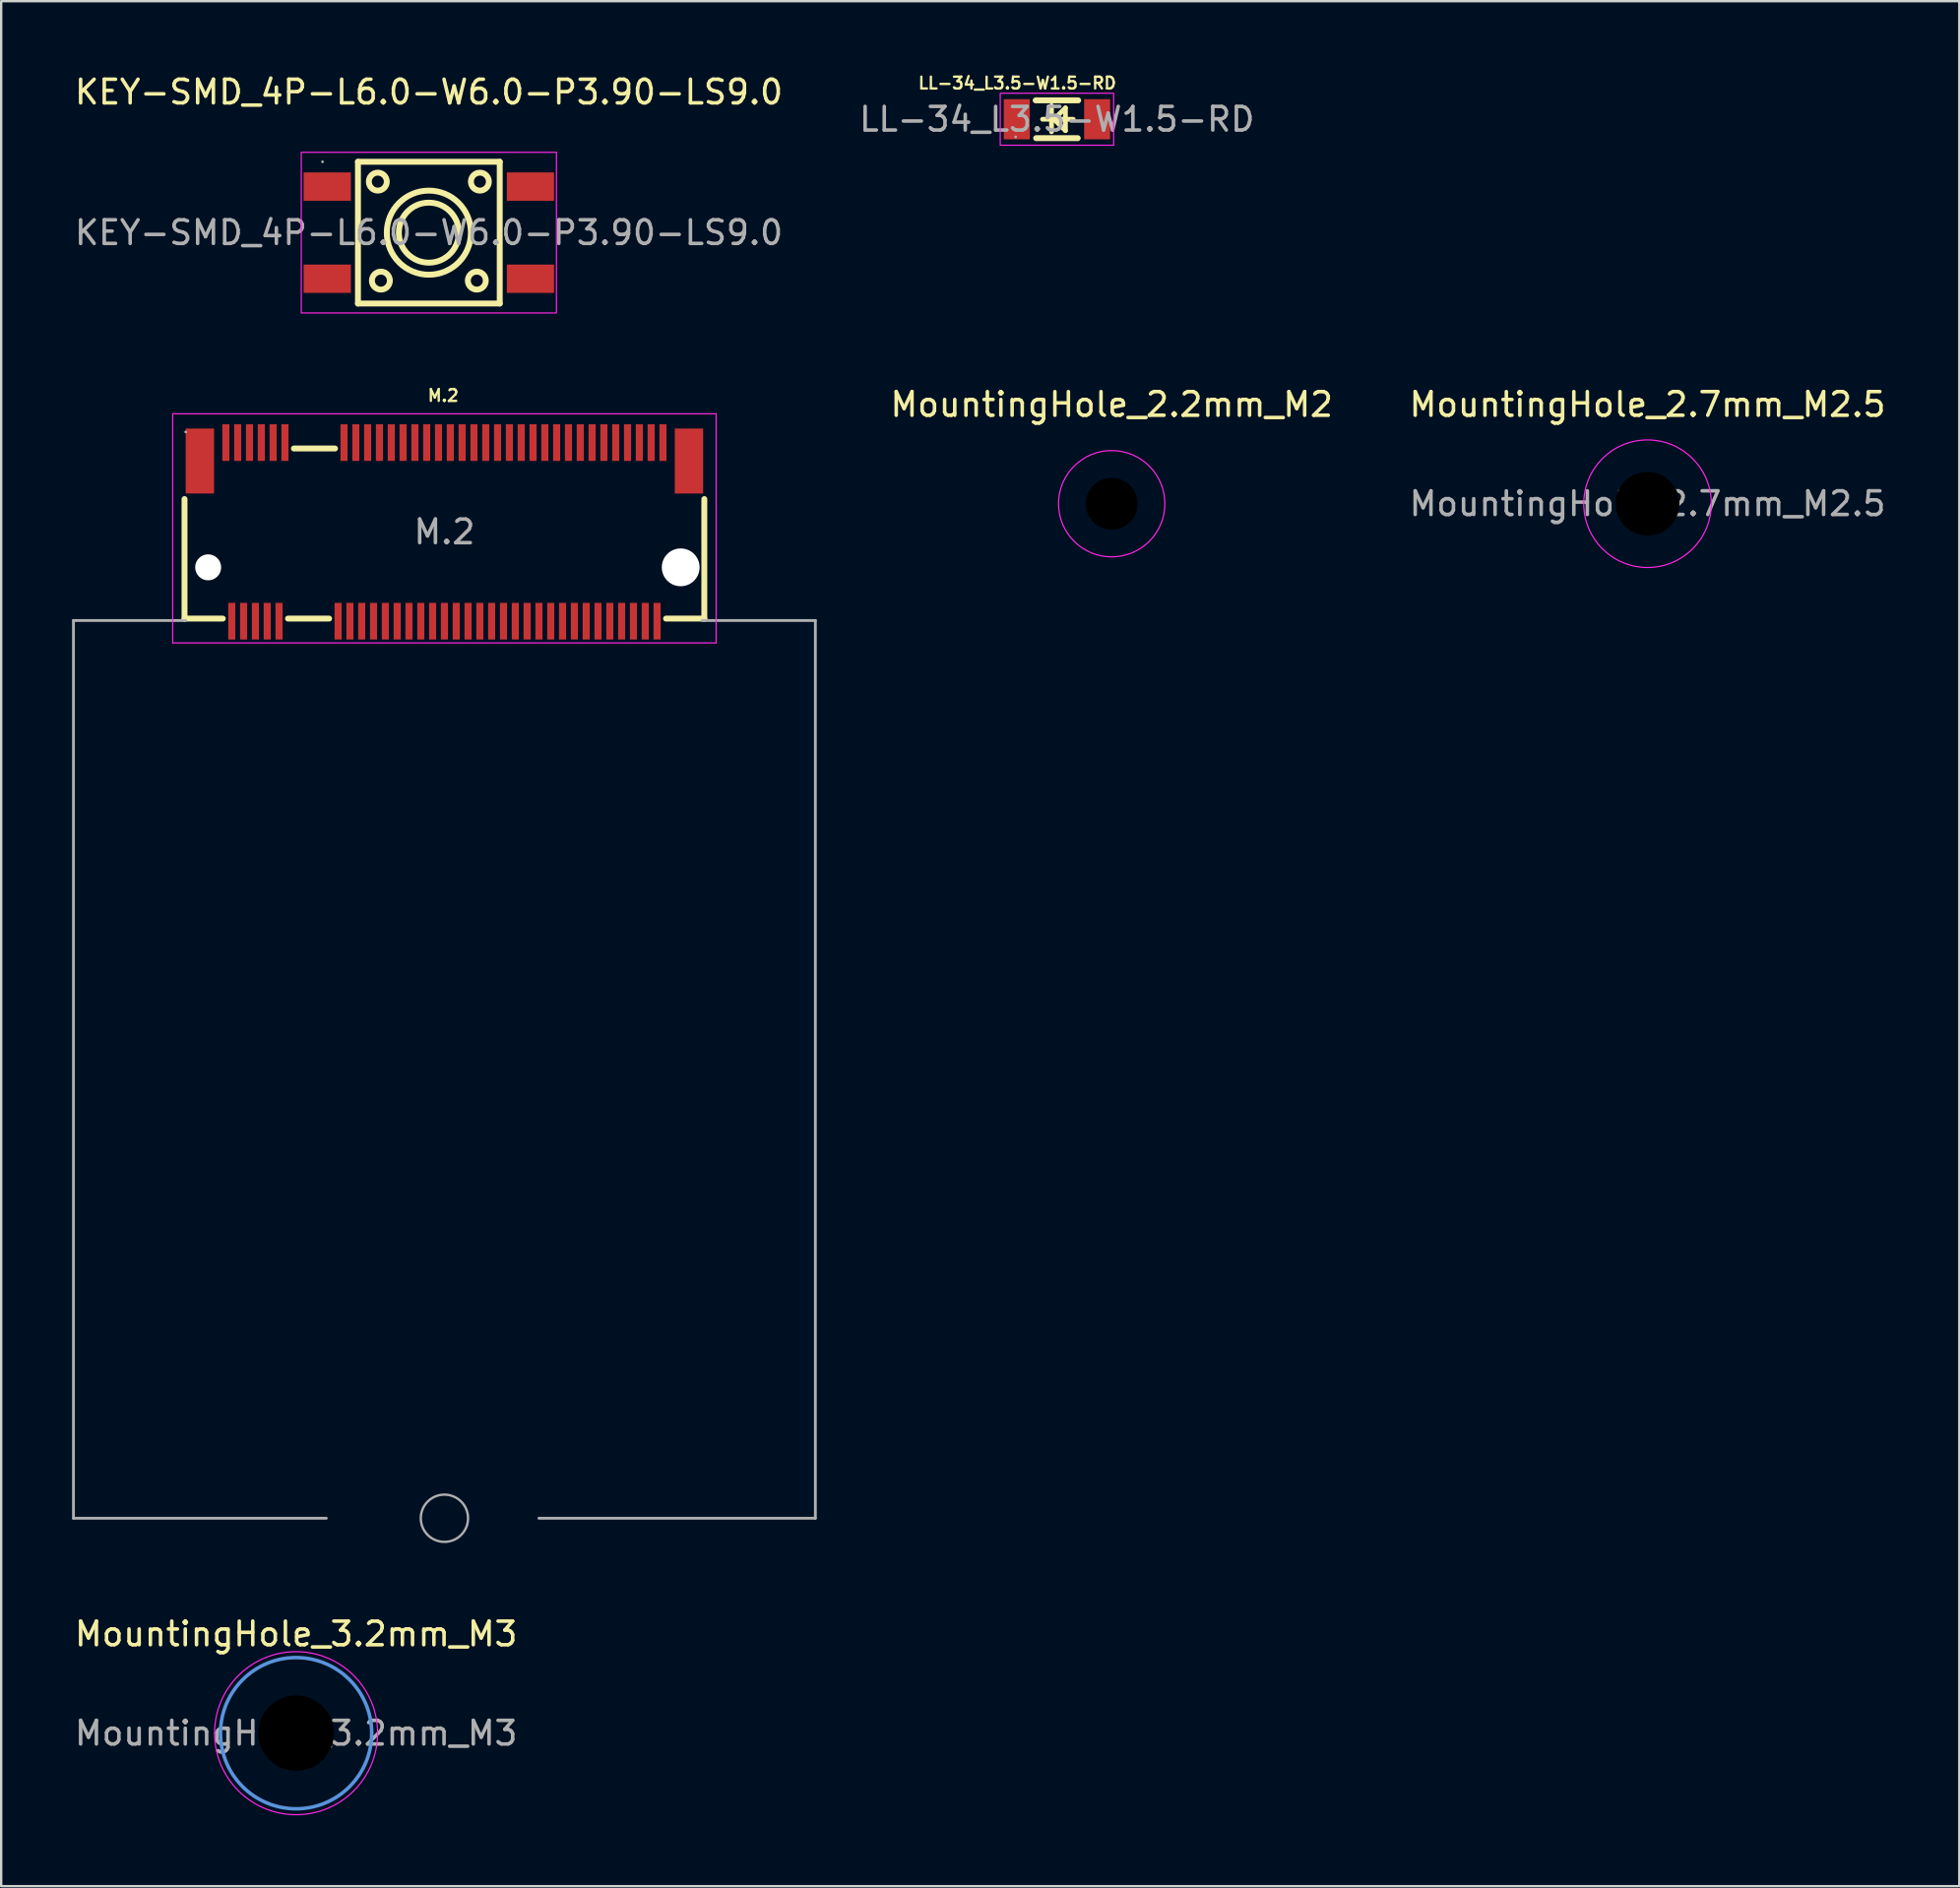
<source format=kicad_pcb>
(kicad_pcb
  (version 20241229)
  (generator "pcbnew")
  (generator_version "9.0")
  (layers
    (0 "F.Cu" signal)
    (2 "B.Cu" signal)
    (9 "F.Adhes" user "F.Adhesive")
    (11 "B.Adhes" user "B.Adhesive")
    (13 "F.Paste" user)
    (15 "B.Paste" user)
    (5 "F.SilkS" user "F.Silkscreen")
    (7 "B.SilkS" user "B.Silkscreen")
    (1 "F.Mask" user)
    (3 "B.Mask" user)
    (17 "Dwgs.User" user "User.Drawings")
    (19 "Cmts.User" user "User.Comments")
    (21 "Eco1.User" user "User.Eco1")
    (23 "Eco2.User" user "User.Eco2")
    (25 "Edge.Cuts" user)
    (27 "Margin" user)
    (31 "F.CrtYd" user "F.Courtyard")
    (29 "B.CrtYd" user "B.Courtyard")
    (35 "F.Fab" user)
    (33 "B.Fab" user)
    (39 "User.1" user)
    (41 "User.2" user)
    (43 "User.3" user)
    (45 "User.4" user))
  (footprint "LL-34_L3.5-W1.5-RD"
    (layer "F.Cu")
    (at 41.685 1.998)
    (property "Reference" "LL-34_L3.5-W1.5-RD" (at -1.68 -1.53 180) (layer "F.SilkS") (effects (font (size 0.5 0.5) (thickness 0.1))))
    (attr smd)
    (fp_line (start -0.9 -0.8) (end 0.9 -0.8) (stroke (width 0.25) (type solid)) (layer "F.SilkS"))
    (fp_line (start -0.88 0.8) (end 0.88 0.8) (stroke (width 0.25) (type solid)) (layer "F.SilkS"))
    (fp_line (start -0.61 0) (end 0.69 0) (stroke (width 0.2) (type solid)) (layer "F.SilkS"))
    (fp_line (start -0.23 -0.58) (end -0.23 0.53) (stroke (width 0.2) (type solid)) (layer "F.SilkS"))
    (fp_line (start -0.13 0) (end 0.36 -0.48) (stroke (width 0.2) (type solid)) (layer "F.SilkS"))
    (fp_line (start 0.36 -0.48) (end 0.36 0.48) (stroke (width 0.2) (type solid)) (layer "F.SilkS"))
    (fp_line (start 0.36 0.48) (end -0.1 0.03) (stroke (width 0.2) (type solid)) (layer "F.SilkS"))
    (fp_rect (start -2.4 1.1) (end 2.4 -1.1) (stroke (width 0.05) (type solid)) (fill no) (layer "F.CrtYd"))
    (fp_circle (center -1.75 0.75) (end -1.72 0.75) (stroke (width 0.06) (type solid)) (fill no) (layer "F.Fab"))
    (fp_text user "${REFERENCE}" (at 0 0 180) (layer "F.Fab") (effects (font (size 1 1) (thickness 0.15))))
    (pad "1" smd rect (at -1.7 0 180) (size 1.1 1.7) (layers "F.Cu" "F.Mask" "F.Paste"))
    (pad "2" smd rect (at 1.7 0 180) (size 1.1 1.7) (layers "F.Cu" "F.Mask" "F.Paste")))
  (footprint "MountingHole_3.2mm_M3"
    (layer "F.Cu")
    (at 9.482 70.312)
    (property "Reference" "MountingHole_3.2mm_M3" (at 0 -4.2 0) (layer "F.SilkS") (effects (font (size 1 1) (thickness 0.15))))
    (attr exclude_from_pos_files exclude_from_bom)
    (fp_circle (center 0 0) (end 3.2 0) (stroke (width 0.15) (type solid)) (fill no) (layer "Cmts.User"))
    (fp_circle (center 0 0) (end 3.45 0) (stroke (width 0.05) (type solid)) (fill no) (layer "F.CrtYd"))
    (fp_text user "${REFERENCE}" (at 0 0 0) (layer "F.Fab") (effects (font (size 1 1) (thickness 0.15))))
    (pad "" np_thru_hole circle (at 0 0) (size 6.4 6.4) (drill 3.2) (layers "*.Mask")))
  (footprint "MountingHole_2.7mm_M2.5"
    (layer "F.Cu")
    (at 66.681 18.271)
    (property "Reference" "MountingHole_2.7mm_M2.5" (at 0 -4.2 0) (layer "F.SilkS") (effects (font (size 1 1) (thickness 0.15))))
    (attr exclude_from_pos_files exclude_from_bom)
    (fp_circle (center 0 0) (end 2.7 0) (stroke (width 0.05) (type solid)) (fill no) (layer "F.CrtYd"))
    (fp_text user "${REFERENCE}" (at 0 0 0) (layer "F.Fab") (effects (font (size 1 1) (thickness 0.15))))
    (pad "" np_thru_hole circle (at 0 0) (size 5.4 5.4) (drill 2.7) (layers "*.Mask")))
  (footprint "KEY-SMD_4P-L6.0-W6.0-P3.90-LS9.0"
    (layer "F.Cu")
    (at 15.101 6.798)
    (property "Reference" "KEY-SMD_4P-L6.0-W6.0-P3.90-LS9.0" (at 0 -5.95 0) (layer "F.SilkS") (effects (font (size 1 1) (thickness 0.15))))
    (attr smd)
    (fp_line (start -3 -3) (end 3 -3) (stroke (width 0.25) (type solid)) (layer "F.SilkS"))
    (fp_line (start -3 3) (end -3 -3) (stroke (width 0.25) (type solid)) (layer "F.SilkS"))
    (fp_line (start 3 -3) (end 3 3) (stroke (width 0.25) (type solid)) (layer "F.SilkS"))
    (fp_line (start 3 3) (end -3 3) (stroke (width 0.25) (type solid)) (layer "F.SilkS"))
    (fp_circle (center -2.16 -2.16) (end -1.78 -2.16) (stroke (width 0.25) (type solid)) (fill no) (layer "F.SilkS"))
    (fp_circle (center -2.03 2.03) (end -1.65 2.03) (stroke (width 0.25) (type solid)) (fill no) (layer "F.SilkS"))
    (fp_circle (center 0 0) (end 1.27 0) (stroke (width 0.25) (type solid)) (fill no) (layer "F.SilkS"))
    (fp_circle (center 0 0) (end 1.78 0) (stroke (width 0.25) (type solid)) (fill no) (layer "F.SilkS"))
    (fp_circle (center 2.03 2.03) (end 2.41 2.03) (stroke (width 0.25) (type solid)) (fill no) (layer "F.SilkS"))
    (fp_circle (center 2.16 -2.16) (end 2.54 -2.16) (stroke (width 0.25) (type solid)) (fill no) (layer "F.SilkS"))
    (fp_rect (start 5.4 -3.4) (end -5.4 3.4) (stroke (width 0.05) (type default)) (fill no) (layer "F.CrtYd"))
    (fp_circle (center -4.5 -3) (end -4.47 -3) (stroke (width 0.06) (type solid)) (fill no) (layer "F.Fab"))
    (fp_text user "${REFERENCE}" (at 0 0 0) (layer "F.Fab") (effects (font (size 1 1) (thickness 0.15))))
    (pad "1" smd rect (at -4.3 -1.95) (size 2 1.2) (layers "F.Cu" "F.Mask" "F.Paste"))
    (pad "2" smd rect (at 4.3 -1.95) (size 2 1.2) (layers "F.Cu" "F.Mask" "F.Paste"))
    (pad "3" smd rect (at -4.3 1.95) (size 2 1.2) (layers "F.Cu" "F.Mask" "F.Paste"))
    (pad "4" smd rect (at 4.3 1.95) (size 2 1.2) (layers "F.Cu" "F.Mask" "F.Paste")))
  (footprint "M.2"
    (layer "F.Cu")
    (at 15.76 19.464)
    (property "Reference" "M.2" (at -0.05 -5.772 180) (layer "F.SilkS") (effects (font (size 0.5 0.5) (thickness 0.1))))
    (attr smd)
    (fp_line (start -11 3.67) (end -11 -1.39) (stroke (width 0.25) (type solid)) (layer "F.SilkS"))
    (fp_line (start -11 3.67) (end -9.38 3.67) (stroke (width 0.25) (type solid)) (layer "F.SilkS"))
    (fp_line (start -6.62 3.67) (end -4.88 3.67) (stroke (width 0.25) (type solid)) (layer "F.SilkS"))
    (fp_line (start -6.37 -3.53) (end -4.63 -3.53) (stroke (width 0.25) (type solid)) (layer "F.SilkS"))
    (fp_line (start 9.38 3.67) (end 11 3.67) (stroke (width 0.25) (type solid)) (layer "F.SilkS"))
    (fp_line (start 11 -1.39) (end 11 3.67) (stroke (width 0.25) (type solid)) (layer "F.SilkS"))
    (fp_circle (center -10 1.5) (end -9.76 1.5) (stroke (width 0.48) (type solid)) (fill no) (layer "Cmts.User"))
    (fp_circle (center 10 1.5) (end 10.36 1.5) (stroke (width 0.72) (type solid)) (fill no) (layer "Cmts.User"))
    (fp_line (start -11.5 -5) (end 11.5 -5) (stroke (width 0.05) (type solid)) (layer "F.CrtYd"))
    (fp_line (start -11.5 4.7) (end -11.5 -5) (stroke (width 0.05) (type solid)) (layer "F.CrtYd"))
    (fp_line (start 11.5 -5) (end 11.5 4.7) (stroke (width 0.05) (type solid)) (layer "F.CrtYd"))
    (fp_line (start 11.5 4.7) (end -11.5 4.7) (stroke (width 0.05) (type solid)) (layer "F.CrtYd"))
    (fp_line (start -15.7 3.75) (end -10.95 3.75) (stroke (width 0.12) (type solid)) (layer "F.Fab"))
    (fp_line (start -15.7 41.75) (end -15.7 3.75) (stroke (width 0.12) (type solid)) (layer "F.Fab"))
    (fp_line (start -15.7 41.75) (end -5 41.75) (stroke (width 0.12) (type solid)) (layer "F.Fab"))
    (fp_line (start 15.7 3.75) (end 10.9 3.75) (stroke (width 0.12) (type solid)) (layer "F.Fab"))
    (fp_line (start 15.7 41.75) (end 4 41.75) (stroke (width 0.12) (type solid)) (layer "F.Fab"))
    (fp_line (start 15.7 41.75) (end 15.7 3.75) (stroke (width 0.12) (type solid)) (layer "F.Fab"))
    (fp_circle (center -10.95 -4.23) (end -10.92 -4.23) (stroke (width 0.06) (type solid)) (fill no) (layer "F.Fab"))
    (fp_circle (center 0 41.75) (end 1 41.75) (stroke (width 0.1) (type solid)) (fill no) (layer "F.Fab"))
    (fp_text user "${REFERENCE}" (at 0 0 180) (layer "F.Fab") (effects (font (size 1 1) (thickness 0.15))))
    (pad "" np_thru_hole circle (at -10 1.5) (size 1.1 1.1) (drill 1.1) (layers "*.Cu" "*.Mask"))
    (pad "" np_thru_hole circle (at 10 1.5) (size 1.6 1.6) (drill 1.6) (layers "*.Cu" "*.Mask"))
    (pad "1" smd rect (at -9.25 -3.78) (size 0.3 1.55) (layers "F.Cu" "F.Mask" "F.Paste"))
    (pad "2" smd rect (at -9 3.78) (size 0.3 1.55) (layers "F.Cu" "F.Mask" "F.Paste"))
    (pad "3" smd rect (at -8.75 -3.78) (size 0.3 1.55) (layers "F.Cu" "F.Mask" "F.Paste"))
    (pad "4" smd rect (at -8.5 3.78) (size 0.3 1.55) (layers "F.Cu" "F.Mask" "F.Paste"))
    (pad "5" smd rect (at -8.25 -3.78) (size 0.3 1.55) (layers "F.Cu" "F.Mask" "F.Paste"))
    (pad "6" smd rect (at -8 3.78) (size 0.3 1.55) (layers "F.Cu" "F.Mask" "F.Paste"))
    (pad "7" smd rect (at -7.75 -3.78) (size 0.3 1.55) (layers "F.Cu" "F.Mask" "F.Paste"))
    (pad "8" smd rect (at -7.5 3.78) (size 0.3 1.55) (layers "F.Cu" "F.Mask" "F.Paste"))
    (pad "9" smd rect (at -7.25 -3.78) (size 0.3 1.55) (layers "F.Cu" "F.Mask" "F.Paste"))
    (pad "10" smd rect (at -7 3.78) (size 0.3 1.55) (layers "F.Cu" "F.Mask" "F.Paste"))
    (pad "11" smd rect (at -6.75 -3.78) (size 0.3 1.55) (layers "F.Cu" "F.Mask" "F.Paste"))
    (pad "20" smd rect (at -4.5 3.78) (size 0.3 1.55) (layers "F.Cu" "F.Mask" "F.Paste"))
    (pad "21" smd rect (at -4.25 -3.78) (size 0.3 1.55) (layers "F.Cu" "F.Mask" "F.Paste"))
    (pad "22" smd rect (at -4 3.78) (size 0.3 1.55) (layers "F.Cu" "F.Mask" "F.Paste"))
    (pad "23" smd rect (at -3.75 -3.78) (size 0.3 1.55) (layers "F.Cu" "F.Mask" "F.Paste"))
    (pad "24" smd rect (at -3.5 3.78) (size 0.3 1.55) (layers "F.Cu" "F.Mask" "F.Paste"))
    (pad "25" smd rect (at -3.25 -3.78) (size 0.3 1.55) (layers "F.Cu" "F.Mask" "F.Paste"))
    (pad "26" smd rect (at -3 3.78) (size 0.3 1.55) (layers "F.Cu" "F.Mask" "F.Paste"))
    (pad "27" smd rect (at -2.75 -3.78) (size 0.3 1.55) (layers "F.Cu" "F.Mask" "F.Paste"))
    (pad "28" smd rect (at -2.5 3.78) (size 0.3 1.55) (layers "F.Cu" "F.Mask" "F.Paste"))
    (pad "29" smd rect (at -2.25 -3.78) (size 0.3 1.55) (layers "F.Cu" "F.Mask" "F.Paste"))
    (pad "30" smd rect (at -2 3.78) (size 0.3 1.55) (layers "F.Cu" "F.Mask" "F.Paste"))
    (pad "31" smd rect (at -1.75 -3.78) (size 0.3 1.55) (layers "F.Cu" "F.Mask" "F.Paste"))
    (pad "32" smd rect (at -1.5 3.78) (size 0.3 1.55) (layers "F.Cu" "F.Mask" "F.Paste"))
    (pad "33" smd rect (at -1.25 -3.78) (size 0.3 1.55) (layers "F.Cu" "F.Mask" "F.Paste"))
    (pad "34" smd rect (at -1 3.78) (size 0.3 1.55) (layers "F.Cu" "F.Mask" "F.Paste"))
    (pad "35" smd rect (at -0.75 -3.78) (size 0.3 1.55) (layers "F.Cu" "F.Mask" "F.Paste"))
    (pad "36" smd rect (at -0.5 3.78) (size 0.3 1.55) (layers "F.Cu" "F.Mask" "F.Paste"))
    (pad "37" smd rect (at -0.25 -3.78) (size 0.3 1.55) (layers "F.Cu" "F.Mask" "F.Paste"))
    (pad "38" smd rect (at 0 3.78) (size 0.3 1.55) (layers "F.Cu" "F.Mask" "F.Paste"))
    (pad "39" smd rect (at 0.25 -3.78) (size 0.3 1.55) (layers "F.Cu" "F.Mask" "F.Paste"))
    (pad "40" smd rect (at 0.5 3.78) (size 0.3 1.55) (layers "F.Cu" "F.Mask" "F.Paste"))
    (pad "41" smd rect (at 0.75 -3.78) (size 0.3 1.55) (layers "F.Cu" "F.Mask" "F.Paste"))
    (pad "42" smd rect (at 1 3.78) (size 0.3 1.55) (layers "F.Cu" "F.Mask" "F.Paste"))
    (pad "43" smd rect (at 1.25 -3.78) (size 0.3 1.55) (layers "F.Cu" "F.Mask" "F.Paste"))
    (pad "44" smd rect (at 1.5 3.78) (size 0.3 1.55) (layers "F.Cu" "F.Mask" "F.Paste"))
    (pad "45" smd rect (at 1.75 -3.78) (size 0.3 1.55) (layers "F.Cu" "F.Mask" "F.Paste"))
    (pad "46" smd rect (at 2 3.78) (size 0.3 1.55) (layers "F.Cu" "F.Mask" "F.Paste"))
    (pad "47" smd rect (at 2.25 -3.78) (size 0.3 1.55) (layers "F.Cu" "F.Mask" "F.Paste"))
    (pad "48" smd rect (at 2.5 3.78) (size 0.3 1.55) (layers "F.Cu" "F.Mask" "F.Paste"))
    (pad "49" smd rect (at 2.75 -3.78) (size 0.3 1.55) (layers "F.Cu" "F.Mask" "F.Paste"))
    (pad "50" smd rect (at 3 3.78) (size 0.3 1.55) (layers "F.Cu" "F.Mask" "F.Paste"))
    (pad "51" smd rect (at 3.25 -3.78) (size 0.3 1.55) (layers "F.Cu" "F.Mask" "F.Paste"))
    (pad "52" smd rect (at 3.5 3.78) (size 0.3 1.55) (layers "F.Cu" "F.Mask" "F.Paste"))
    (pad "53" smd rect (at 3.75 -3.78) (size 0.3 1.55) (layers "F.Cu" "F.Mask" "F.Paste"))
    (pad "54" smd rect (at 4 3.78) (size 0.3 1.55) (layers "F.Cu" "F.Mask" "F.Paste"))
    (pad "55" smd rect (at 4.25 -3.78) (size 0.3 1.55) (layers "F.Cu" "F.Mask" "F.Paste"))
    (pad "56" smd rect (at 4.5 3.78) (size 0.3 1.55) (layers "F.Cu" "F.Mask" "F.Paste"))
    (pad "57" smd rect (at 4.75 -3.78) (size 0.3 1.55) (layers "F.Cu" "F.Mask" "F.Paste"))
    (pad "58" smd rect (at 5 3.78) (size 0.3 1.55) (layers "F.Cu" "F.Mask" "F.Paste"))
    (pad "59" smd rect (at 5.25 -3.78) (size 0.3 1.55) (layers "F.Cu" "F.Mask" "F.Paste"))
    (pad "60" smd rect (at 5.5 3.78) (size 0.3 1.55) (layers "F.Cu" "F.Mask" "F.Paste"))
    (pad "61" smd rect (at 5.75 -3.78) (size 0.3 1.55) (layers "F.Cu" "F.Mask" "F.Paste"))
    (pad "62" smd rect (at 6 3.78) (size 0.3 1.55) (layers "F.Cu" "F.Mask" "F.Paste"))
    (pad "63" smd rect (at 6.25 -3.78) (size 0.3 1.55) (layers "F.Cu" "F.Mask" "F.Paste"))
    (pad "64" smd rect (at 6.5 3.78) (size 0.3 1.55) (layers "F.Cu" "F.Mask" "F.Paste"))
    (pad "65" smd rect (at 6.75 -3.78) (size 0.3 1.55) (layers "F.Cu" "F.Mask" "F.Paste"))
    (pad "66" smd rect (at 7 3.78) (size 0.3 1.55) (layers "F.Cu" "F.Mask" "F.Paste"))
    (pad "67" smd rect (at 7.25 -3.78) (size 0.3 1.55) (layers "F.Cu" "F.Mask" "F.Paste"))
    (pad "68" smd rect (at 7.5 3.78) (size 0.3 1.55) (layers "F.Cu" "F.Mask" "F.Paste"))
    (pad "69" smd rect (at 7.75 -3.78) (size 0.3 1.55) (layers "F.Cu" "F.Mask" "F.Paste"))
    (pad "70" smd rect (at 8 3.78) (size 0.3 1.55) (layers "F.Cu" "F.Mask" "F.Paste"))
    (pad "71" smd rect (at 8.25 -3.78) (size 0.3 1.55) (layers "F.Cu" "F.Mask" "F.Paste"))
    (pad "72" smd rect (at 8.5 3.78) (size 0.3 1.55) (layers "F.Cu" "F.Mask" "F.Paste"))
    (pad "73" smd rect (at 8.75 -3.78) (size 0.3 1.55) (layers "F.Cu" "F.Mask" "F.Paste"))
    (pad "74" smd rect (at 9 3.78) (size 0.3 1.55) (layers "F.Cu" "F.Mask" "F.Paste"))
    (pad "75" smd rect (at 9.25 -3.78) (size 0.3 1.55) (layers "F.Cu" "F.Mask" "F.Paste"))
    (pad "76" smd rect (at 10.35 -3) (size 1.2 2.75) (layers "F.Cu" "F.Mask" "F.Paste"))
    (pad "77" smd rect (at -10.35 -3) (size 1.2 2.75) (layers "F.Cu" "F.Mask" "F.Paste")))
  (footprint "MountingHole_2.2mm_M2"
    (layer "F.Cu")
    (at 44.002 18.271)
    (property "Reference" "MountingHole_2.2mm_M2" (at 0 -4.2 0) (layer "F.SilkS") (effects (font (size 1 1) (thickness 0.15))))
    (attr exclude_from_pos_files exclude_from_bom)
    (fp_circle (center 0 0) (end 2.25 0) (stroke (width 0.05) (type solid)) (fill no) (layer "F.CrtYd"))
    (pad "" np_thru_hole circle (at 0 0) (size 4.4 4.4) (drill 2.2) (layers "*.Mask")))
  (gr_rect
    (start -3 -3)
    (end 79.877 76.787)
    (stroke (width 0.1) (type default))
    (fill no)
    (layer "Edge.Cuts")))
</source>
